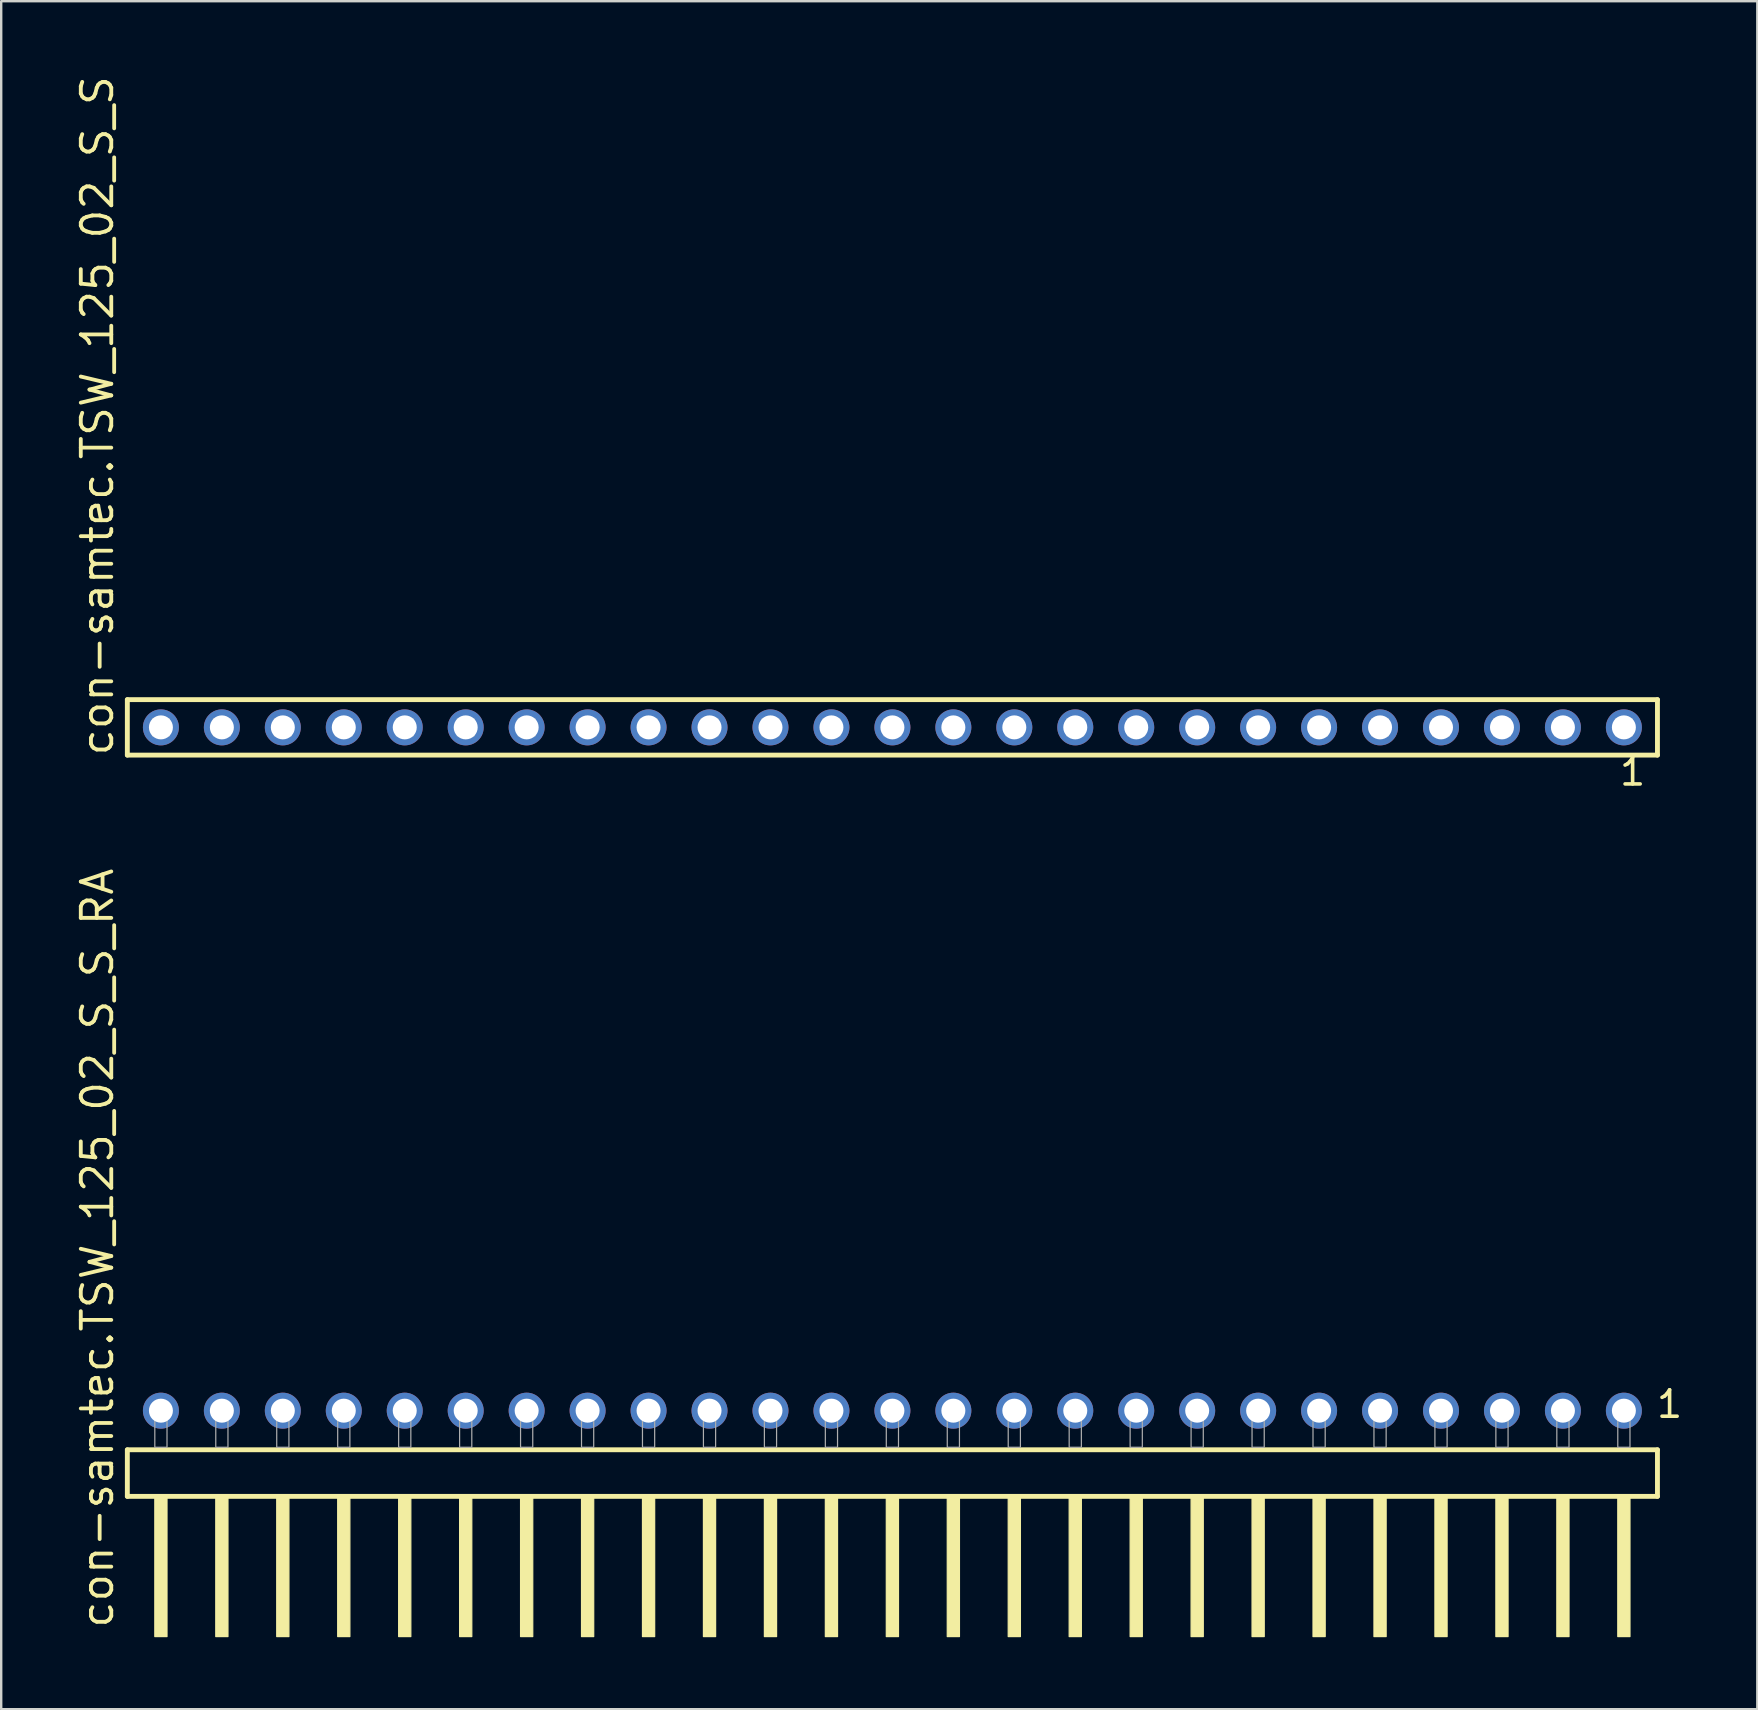
<source format=kicad_pcb>
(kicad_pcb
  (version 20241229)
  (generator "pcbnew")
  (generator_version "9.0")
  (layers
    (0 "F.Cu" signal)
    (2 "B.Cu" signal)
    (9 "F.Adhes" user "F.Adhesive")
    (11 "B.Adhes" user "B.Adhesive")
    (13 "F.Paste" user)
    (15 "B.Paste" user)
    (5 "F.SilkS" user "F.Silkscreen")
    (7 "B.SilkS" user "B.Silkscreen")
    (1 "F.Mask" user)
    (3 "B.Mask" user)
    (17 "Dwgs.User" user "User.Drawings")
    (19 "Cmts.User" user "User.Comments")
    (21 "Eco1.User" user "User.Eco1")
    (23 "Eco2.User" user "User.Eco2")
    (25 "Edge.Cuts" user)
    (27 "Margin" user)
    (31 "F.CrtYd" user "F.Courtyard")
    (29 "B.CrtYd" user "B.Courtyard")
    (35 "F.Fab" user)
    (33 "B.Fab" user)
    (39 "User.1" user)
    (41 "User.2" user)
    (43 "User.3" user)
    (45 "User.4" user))
  (footprint "con-samtec.TSW_125_02_S_S_RA"
    (layer "F.Cu")
    (at 34.135 57.255)
    (property "Reference" "con-samtec.TSW_125_02_S_S_RA" (at -32.385 7.62 90) (layer "F.SilkS") (effects (font (size 1.27 1.27) (thickness 0.16)) (justify left bottom)))
    (attr through_hole)
    (fp_line (start -31.879 0.106) (end -31.879 2.046) (stroke (width 0.203) (type default)) (layer "F.SilkS"))
    (fp_line (start -31.879 2.046) (end 31.879 2.046) (stroke (width 0.203) (type default)) (layer "F.SilkS"))
    (fp_line (start 31.879 0.106) (end -31.879 0.106) (stroke (width 0.203) (type default)) (layer "F.SilkS"))
    (fp_line (start 31.879 2.046) (end 31.879 0.106) (stroke (width 0.203) (type default)) (layer "F.SilkS"))
    (fp_rect (start -30.734 7.89) (end -30.226 2.04) (stroke (width 0.05) (type default)) (fill yes) (layer "F.SilkS"))
    (fp_rect (start -28.194 7.89) (end -27.686 2.04) (stroke (width 0.05) (type default)) (fill yes) (layer "F.SilkS"))
    (fp_rect (start -25.654 7.89) (end -25.146 2.04) (stroke (width 0.05) (type default)) (fill yes) (layer "F.SilkS"))
    (fp_rect (start -23.114 7.89) (end -22.606 2.04) (stroke (width 0.05) (type default)) (fill yes) (layer "F.SilkS"))
    (fp_rect (start -20.574 7.89) (end -20.066 2.04) (stroke (width 0.05) (type default)) (fill yes) (layer "F.SilkS"))
    (fp_rect (start -18.034 7.89) (end -17.526 2.04) (stroke (width 0.05) (type default)) (fill yes) (layer "F.SilkS"))
    (fp_rect (start -15.494 7.89) (end -14.986 2.04) (stroke (width 0.05) (type default)) (fill yes) (layer "F.SilkS"))
    (fp_rect (start -12.954 7.89) (end -12.446 2.04) (stroke (width 0.05) (type default)) (fill yes) (layer "F.SilkS"))
    (fp_rect (start -10.414 7.89) (end -9.906 2.04) (stroke (width 0.05) (type default)) (fill yes) (layer "F.SilkS"))
    (fp_rect (start -7.874 7.89) (end -7.366 2.04) (stroke (width 0.05) (type default)) (fill yes) (layer "F.SilkS"))
    (fp_rect (start -5.334 7.89) (end -4.826 2.04) (stroke (width 0.05) (type default)) (fill yes) (layer "F.SilkS"))
    (fp_rect (start -2.794 7.89) (end -2.286 2.04) (stroke (width 0.05) (type default)) (fill yes) (layer "F.SilkS"))
    (fp_rect (start -0.254 7.89) (end 0.254 2.04) (stroke (width 0.05) (type default)) (fill yes) (layer "F.SilkS"))
    (fp_rect (start 2.286 7.89) (end 2.794 2.04) (stroke (width 0.05) (type default)) (fill yes) (layer "F.SilkS"))
    (fp_rect (start 4.826 7.89) (end 5.334 2.04) (stroke (width 0.05) (type default)) (fill yes) (layer "F.SilkS"))
    (fp_rect (start 7.366 7.89) (end 7.874 2.04) (stroke (width 0.05) (type default)) (fill yes) (layer "F.SilkS"))
    (fp_rect (start 9.906 7.89) (end 10.414 2.04) (stroke (width 0.05) (type default)) (fill yes) (layer "F.SilkS"))
    (fp_rect (start 12.446 7.89) (end 12.954 2.04) (stroke (width 0.05) (type default)) (fill yes) (layer "F.SilkS"))
    (fp_rect (start 14.986 7.89) (end 15.494 2.04) (stroke (width 0.05) (type default)) (fill yes) (layer "F.SilkS"))
    (fp_rect (start 17.526 7.89) (end 18.034 2.04) (stroke (width 0.05) (type default)) (fill yes) (layer "F.SilkS"))
    (fp_rect (start 20.066 7.89) (end 20.574 2.04) (stroke (width 0.05) (type default)) (fill yes) (layer "F.SilkS"))
    (fp_rect (start 22.606 7.89) (end 23.114 2.04) (stroke (width 0.05) (type default)) (fill yes) (layer "F.SilkS"))
    (fp_rect (start 25.146 7.89) (end 25.654 2.04) (stroke (width 0.05) (type default)) (fill yes) (layer "F.SilkS"))
    (fp_rect (start 27.686 7.89) (end 28.194 2.04) (stroke (width 0.05) (type default)) (fill yes) (layer "F.SilkS"))
    (fp_rect (start 30.226 7.89) (end 30.734 2.04) (stroke (width 0.05) (type default)) (fill yes) (layer "F.SilkS"))
    (fp_rect (start -30.734 0) (end -30.226 -1.778) (stroke (width 0.05) (type default)) (fill no) (layer "F.Fab"))
    (fp_rect (start -28.194 0) (end -27.686 -1.778) (stroke (width 0.05) (type default)) (fill no) (layer "F.Fab"))
    (fp_rect (start -25.654 0) (end -25.146 -1.778) (stroke (width 0.05) (type default)) (fill no) (layer "F.Fab"))
    (fp_rect (start -23.114 0) (end -22.606 -1.778) (stroke (width 0.05) (type default)) (fill no) (layer "F.Fab"))
    (fp_rect (start -20.574 0) (end -20.066 -1.778) (stroke (width 0.05) (type default)) (fill no) (layer "F.Fab"))
    (fp_rect (start -18.034 0) (end -17.526 -1.778) (stroke (width 0.05) (type default)) (fill no) (layer "F.Fab"))
    (fp_rect (start -15.494 0) (end -14.986 -1.778) (stroke (width 0.05) (type default)) (fill no) (layer "F.Fab"))
    (fp_rect (start -12.954 0) (end -12.446 -1.778) (stroke (width 0.05) (type default)) (fill no) (layer "F.Fab"))
    (fp_rect (start -10.414 0) (end -9.906 -1.778) (stroke (width 0.05) (type default)) (fill no) (layer "F.Fab"))
    (fp_rect (start -7.874 0) (end -7.366 -1.778) (stroke (width 0.05) (type default)) (fill no) (layer "F.Fab"))
    (fp_rect (start -5.334 0) (end -4.826 -1.778) (stroke (width 0.05) (type default)) (fill no) (layer "F.Fab"))
    (fp_rect (start -2.794 0) (end -2.286 -1.778) (stroke (width 0.05) (type default)) (fill no) (layer "F.Fab"))
    (fp_rect (start -0.254 0) (end 0.254 -1.778) (stroke (width 0.05) (type default)) (fill no) (layer "F.Fab"))
    (fp_rect (start 2.286 0) (end 2.794 -1.778) (stroke (width 0.05) (type default)) (fill no) (layer "F.Fab"))
    (fp_rect (start 4.826 0) (end 5.334 -1.778) (stroke (width 0.05) (type default)) (fill no) (layer "F.Fab"))
    (fp_rect (start 7.366 0) (end 7.874 -1.778) (stroke (width 0.05) (type default)) (fill no) (layer "F.Fab"))
    (fp_rect (start 9.906 0) (end 10.414 -1.778) (stroke (width 0.05) (type default)) (fill no) (layer "F.Fab"))
    (fp_rect (start 12.446 0) (end 12.954 -1.778) (stroke (width 0.05) (type default)) (fill no) (layer "F.Fab"))
    (fp_rect (start 14.986 0) (end 15.494 -1.778) (stroke (width 0.05) (type default)) (fill no) (layer "F.Fab"))
    (fp_rect (start 17.526 0) (end 18.034 -1.778) (stroke (width 0.05) (type default)) (fill no) (layer "F.Fab"))
    (fp_rect (start 20.066 0) (end 20.574 -1.778) (stroke (width 0.05) (type default)) (fill no) (layer "F.Fab"))
    (fp_rect (start 22.606 0) (end 23.114 -1.778) (stroke (width 0.05) (type default)) (fill no) (layer "F.Fab"))
    (fp_rect (start 25.146 0) (end 25.654 -1.778) (stroke (width 0.05) (type default)) (fill no) (layer "F.Fab"))
    (fp_rect (start 27.686 0) (end 28.194 -1.778) (stroke (width 0.05) (type default)) (fill no) (layer "F.Fab"))
    (fp_rect (start 30.226 0) (end 30.734 -1.778) (stroke (width 0.05) (type default)) (fill no) (layer "F.Fab"))
    (fp_text user "1" (at 31.762 -1.152 0) (layer "F.SilkS") (effects (font (size 1.1 1.1) (thickness 0.15)) (justify left bottom)))
    (pad "1" thru_hole circle (at 30.48 -1.524 180) (size 1.5 1.5) (drill 1) (layers "*.Cu" "*.Mask"))
    (pad "2" thru_hole circle (at 27.94 -1.524 180) (size 1.5 1.5) (drill 1) (layers "*.Cu" "*.Mask"))
    (pad "3" thru_hole circle (at 25.4 -1.524 180) (size 1.5 1.5) (drill 1) (layers "*.Cu" "*.Mask"))
    (pad "4" thru_hole circle (at 22.86 -1.524 180) (size 1.5 1.5) (drill 1) (layers "*.Cu" "*.Mask"))
    (pad "5" thru_hole circle (at 20.32 -1.524 180) (size 1.5 1.5) (drill 1) (layers "*.Cu" "*.Mask"))
    (pad "6" thru_hole circle (at 17.78 -1.524 180) (size 1.5 1.5) (drill 1) (layers "*.Cu" "*.Mask"))
    (pad "7" thru_hole circle (at 15.24 -1.524 180) (size 1.5 1.5) (drill 1) (layers "*.Cu" "*.Mask"))
    (pad "8" thru_hole circle (at 12.7 -1.524 180) (size 1.5 1.5) (drill 1) (layers "*.Cu" "*.Mask"))
    (pad "9" thru_hole circle (at 10.16 -1.524 180) (size 1.5 1.5) (drill 1) (layers "*.Cu" "*.Mask"))
    (pad "10" thru_hole circle (at 7.62 -1.524 180) (size 1.5 1.5) (drill 1) (layers "*.Cu" "*.Mask"))
    (pad "11" thru_hole circle (at 5.08 -1.524 180) (size 1.5 1.5) (drill 1) (layers "*.Cu" "*.Mask"))
    (pad "12" thru_hole circle (at 2.54 -1.524 180) (size 1.5 1.5) (drill 1) (layers "*.Cu" "*.Mask"))
    (pad "13" thru_hole circle (at 0 -1.524 180) (size 1.5 1.5) (drill 1) (layers "*.Cu" "*.Mask"))
    (pad "14" thru_hole circle (at -2.54 -1.524 180) (size 1.5 1.5) (drill 1) (layers "*.Cu" "*.Mask"))
    (pad "15" thru_hole circle (at -5.08 -1.524 180) (size 1.5 1.5) (drill 1) (layers "*.Cu" "*.Mask"))
    (pad "16" thru_hole circle (at -7.62 -1.524 180) (size 1.5 1.5) (drill 1) (layers "*.Cu" "*.Mask"))
    (pad "17" thru_hole circle (at -10.16 -1.524 180) (size 1.5 1.5) (drill 1) (layers "*.Cu" "*.Mask"))
    (pad "18" thru_hole circle (at -12.7 -1.524 180) (size 1.5 1.5) (drill 1) (layers "*.Cu" "*.Mask"))
    (pad "19" thru_hole circle (at -15.24 -1.524 180) (size 1.5 1.5) (drill 1) (layers "*.Cu" "*.Mask"))
    (pad "20" thru_hole circle (at -17.78 -1.524 180) (size 1.5 1.5) (drill 1) (layers "*.Cu" "*.Mask"))
    (pad "21" thru_hole circle (at -20.32 -1.524 180) (size 1.5 1.5) (drill 1) (layers "*.Cu" "*.Mask"))
    (pad "22" thru_hole circle (at -22.86 -1.524 180) (size 1.5 1.5) (drill 1) (layers "*.Cu" "*.Mask"))
    (pad "23" thru_hole circle (at -25.4 -1.524 180) (size 1.5 1.5) (drill 1) (layers "*.Cu" "*.Mask"))
    (pad "24" thru_hole circle (at -27.94 -1.524 180) (size 1.5 1.5) (drill 1) (layers "*.Cu" "*.Mask"))
    (pad "25" thru_hole circle (at -30.48 -1.524 180) (size 1.5 1.5) (drill 1) (layers "*.Cu" "*.Mask")))
  (footprint "con-samtec.TSW_125_02_S_S"
    (layer "F.Cu")
    (at 34.135 27.259)
    (property "Reference" "con-samtec.TSW_125_02_S_S" (at -32.385 1.27 90) (layer "F.SilkS") (effects (font (size 1.27 1.27) (thickness 0.16)) (justify left bottom)))
    (attr through_hole)
    (fp_line (start -31.879 -1.155) (end 31.879 -1.155) (stroke (width 0.203) (type default)) (layer "F.SilkS"))
    (fp_line (start -31.879 1.155) (end -31.879 -1.155) (stroke (width 0.203) (type default)) (layer "F.SilkS"))
    (fp_line (start 31.879 -1.155) (end 31.879 1.155) (stroke (width 0.203) (type default)) (layer "F.SilkS"))
    (fp_line (start 31.879 1.155) (end -31.879 1.155) (stroke (width 0.203) (type default)) (layer "F.SilkS"))
    (fp_rect (start -30.83 0.35) (end -30.13 -0.35) (stroke (width 0.05) (type default)) (fill no) (layer "F.Fab"))
    (fp_rect (start -28.29 0.35) (end -27.59 -0.35) (stroke (width 0.05) (type default)) (fill no) (layer "F.Fab"))
    (fp_rect (start -25.75 0.35) (end -25.05 -0.35) (stroke (width 0.05) (type default)) (fill no) (layer "F.Fab"))
    (fp_rect (start -23.21 0.35) (end -22.51 -0.35) (stroke (width 0.05) (type default)) (fill no) (layer "F.Fab"))
    (fp_rect (start -20.67 0.35) (end -19.97 -0.35) (stroke (width 0.05) (type default)) (fill no) (layer "F.Fab"))
    (fp_rect (start -18.13 0.35) (end -17.43 -0.35) (stroke (width 0.05) (type default)) (fill no) (layer "F.Fab"))
    (fp_rect (start -15.59 0.35) (end -14.89 -0.35) (stroke (width 0.05) (type default)) (fill no) (layer "F.Fab"))
    (fp_rect (start -13.05 0.35) (end -12.35 -0.35) (stroke (width 0.05) (type default)) (fill no) (layer "F.Fab"))
    (fp_rect (start -10.51 0.35) (end -9.81 -0.35) (stroke (width 0.05) (type default)) (fill no) (layer "F.Fab"))
    (fp_rect (start -7.97 0.35) (end -7.27 -0.35) (stroke (width 0.05) (type default)) (fill no) (layer "F.Fab"))
    (fp_rect (start -5.43 0.35) (end -4.73 -0.35) (stroke (width 0.05) (type default)) (fill no) (layer "F.Fab"))
    (fp_rect (start -2.89 0.35) (end -2.19 -0.35) (stroke (width 0.05) (type default)) (fill no) (layer "F.Fab"))
    (fp_rect (start -0.35 0.35) (end 0.35 -0.35) (stroke (width 0.05) (type default)) (fill no) (layer "F.Fab"))
    (fp_rect (start 2.19 0.35) (end 2.89 -0.35) (stroke (width 0.05) (type default)) (fill no) (layer "F.Fab"))
    (fp_rect (start 4.73 0.35) (end 5.43 -0.35) (stroke (width 0.05) (type default)) (fill no) (layer "F.Fab"))
    (fp_rect (start 7.27 0.35) (end 7.97 -0.35) (stroke (width 0.05) (type default)) (fill no) (layer "F.Fab"))
    (fp_rect (start 9.81 0.35) (end 10.51 -0.35) (stroke (width 0.05) (type default)) (fill no) (layer "F.Fab"))
    (fp_rect (start 12.35 0.35) (end 13.05 -0.35) (stroke (width 0.05) (type default)) (fill no) (layer "F.Fab"))
    (fp_rect (start 14.89 0.35) (end 15.59 -0.35) (stroke (width 0.05) (type default)) (fill no) (layer "F.Fab"))
    (fp_rect (start 17.43 0.35) (end 18.13 -0.35) (stroke (width 0.05) (type default)) (fill no) (layer "F.Fab"))
    (fp_rect (start 19.97 0.35) (end 20.67 -0.35) (stroke (width 0.05) (type default)) (fill no) (layer "F.Fab"))
    (fp_rect (start 22.51 0.35) (end 23.21 -0.35) (stroke (width 0.05) (type default)) (fill no) (layer "F.Fab"))
    (fp_rect (start 25.05 0.35) (end 25.75 -0.35) (stroke (width 0.05) (type default)) (fill no) (layer "F.Fab"))
    (fp_rect (start 27.59 0.35) (end 28.29 -0.35) (stroke (width 0.05) (type default)) (fill no) (layer "F.Fab"))
    (fp_rect (start 30.13 0.35) (end 30.83 -0.35) (stroke (width 0.05) (type default)) (fill no) (layer "F.Fab"))
    (fp_text user "1" (at 30.222 2.498 0) (layer "F.SilkS") (effects (font (size 1.1 1.1) (thickness 0.15)) (justify left bottom)))
    (pad "1" thru_hole circle (at 30.48 0 180) (size 1.5 1.5) (drill 1) (layers "*.Cu" "*.Mask"))
    (pad "2" thru_hole circle (at 27.94 0 180) (size 1.5 1.5) (drill 1) (layers "*.Cu" "*.Mask"))
    (pad "3" thru_hole circle (at 25.4 0 180) (size 1.5 1.5) (drill 1) (layers "*.Cu" "*.Mask"))
    (pad "4" thru_hole circle (at 22.86 0 180) (size 1.5 1.5) (drill 1) (layers "*.Cu" "*.Mask"))
    (pad "5" thru_hole circle (at 20.32 0 180) (size 1.5 1.5) (drill 1) (layers "*.Cu" "*.Mask"))
    (pad "6" thru_hole circle (at 17.78 0 180) (size 1.5 1.5) (drill 1) (layers "*.Cu" "*.Mask"))
    (pad "7" thru_hole circle (at 15.24 0 180) (size 1.5 1.5) (drill 1) (layers "*.Cu" "*.Mask"))
    (pad "8" thru_hole circle (at 12.7 0 180) (size 1.5 1.5) (drill 1) (layers "*.Cu" "*.Mask"))
    (pad "9" thru_hole circle (at 10.16 0 180) (size 1.5 1.5) (drill 1) (layers "*.Cu" "*.Mask"))
    (pad "10" thru_hole circle (at 7.62 0 180) (size 1.5 1.5) (drill 1) (layers "*.Cu" "*.Mask"))
    (pad "11" thru_hole circle (at 5.08 0 180) (size 1.5 1.5) (drill 1) (layers "*.Cu" "*.Mask"))
    (pad "12" thru_hole circle (at 2.54 0 180) (size 1.5 1.5) (drill 1) (layers "*.Cu" "*.Mask"))
    (pad "13" thru_hole circle (at 0 0 180) (size 1.5 1.5) (drill 1) (layers "*.Cu" "*.Mask"))
    (pad "14" thru_hole circle (at -2.54 0 180) (size 1.5 1.5) (drill 1) (layers "*.Cu" "*.Mask"))
    (pad "15" thru_hole circle (at -5.08 0 180) (size 1.5 1.5) (drill 1) (layers "*.Cu" "*.Mask"))
    (pad "16" thru_hole circle (at -7.62 0 180) (size 1.5 1.5) (drill 1) (layers "*.Cu" "*.Mask"))
    (pad "17" thru_hole circle (at -10.16 0 180) (size 1.5 1.5) (drill 1) (layers "*.Cu" "*.Mask"))
    (pad "18" thru_hole circle (at -12.7 0 180) (size 1.5 1.5) (drill 1) (layers "*.Cu" "*.Mask"))
    (pad "19" thru_hole circle (at -15.24 0 180) (size 1.5 1.5) (drill 1) (layers "*.Cu" "*.Mask"))
    (pad "20" thru_hole circle (at -17.78 0 180) (size 1.5 1.5) (drill 1) (layers "*.Cu" "*.Mask"))
    (pad "21" thru_hole circle (at -20.32 0 180) (size 1.5 1.5) (drill 1) (layers "*.Cu" "*.Mask"))
    (pad "22" thru_hole circle (at -22.86 0 180) (size 1.5 1.5) (drill 1) (layers "*.Cu" "*.Mask"))
    (pad "23" thru_hole circle (at -25.4 0 180) (size 1.5 1.5) (drill 1) (layers "*.Cu" "*.Mask"))
    (pad "24" thru_hole circle (at -27.94 0 180) (size 1.5 1.5) (drill 1) (layers "*.Cu" "*.Mask"))
    (pad "25" thru_hole circle (at -30.48 0 180) (size 1.5 1.5) (drill 1) (layers "*.Cu" "*.Mask")))
  (gr_rect
    (start -3 -3)
    (end 70.175 68.17)
    (stroke (width 0.1) (type default))
    (fill no)
    (layer "Edge.Cuts")))
</source>
